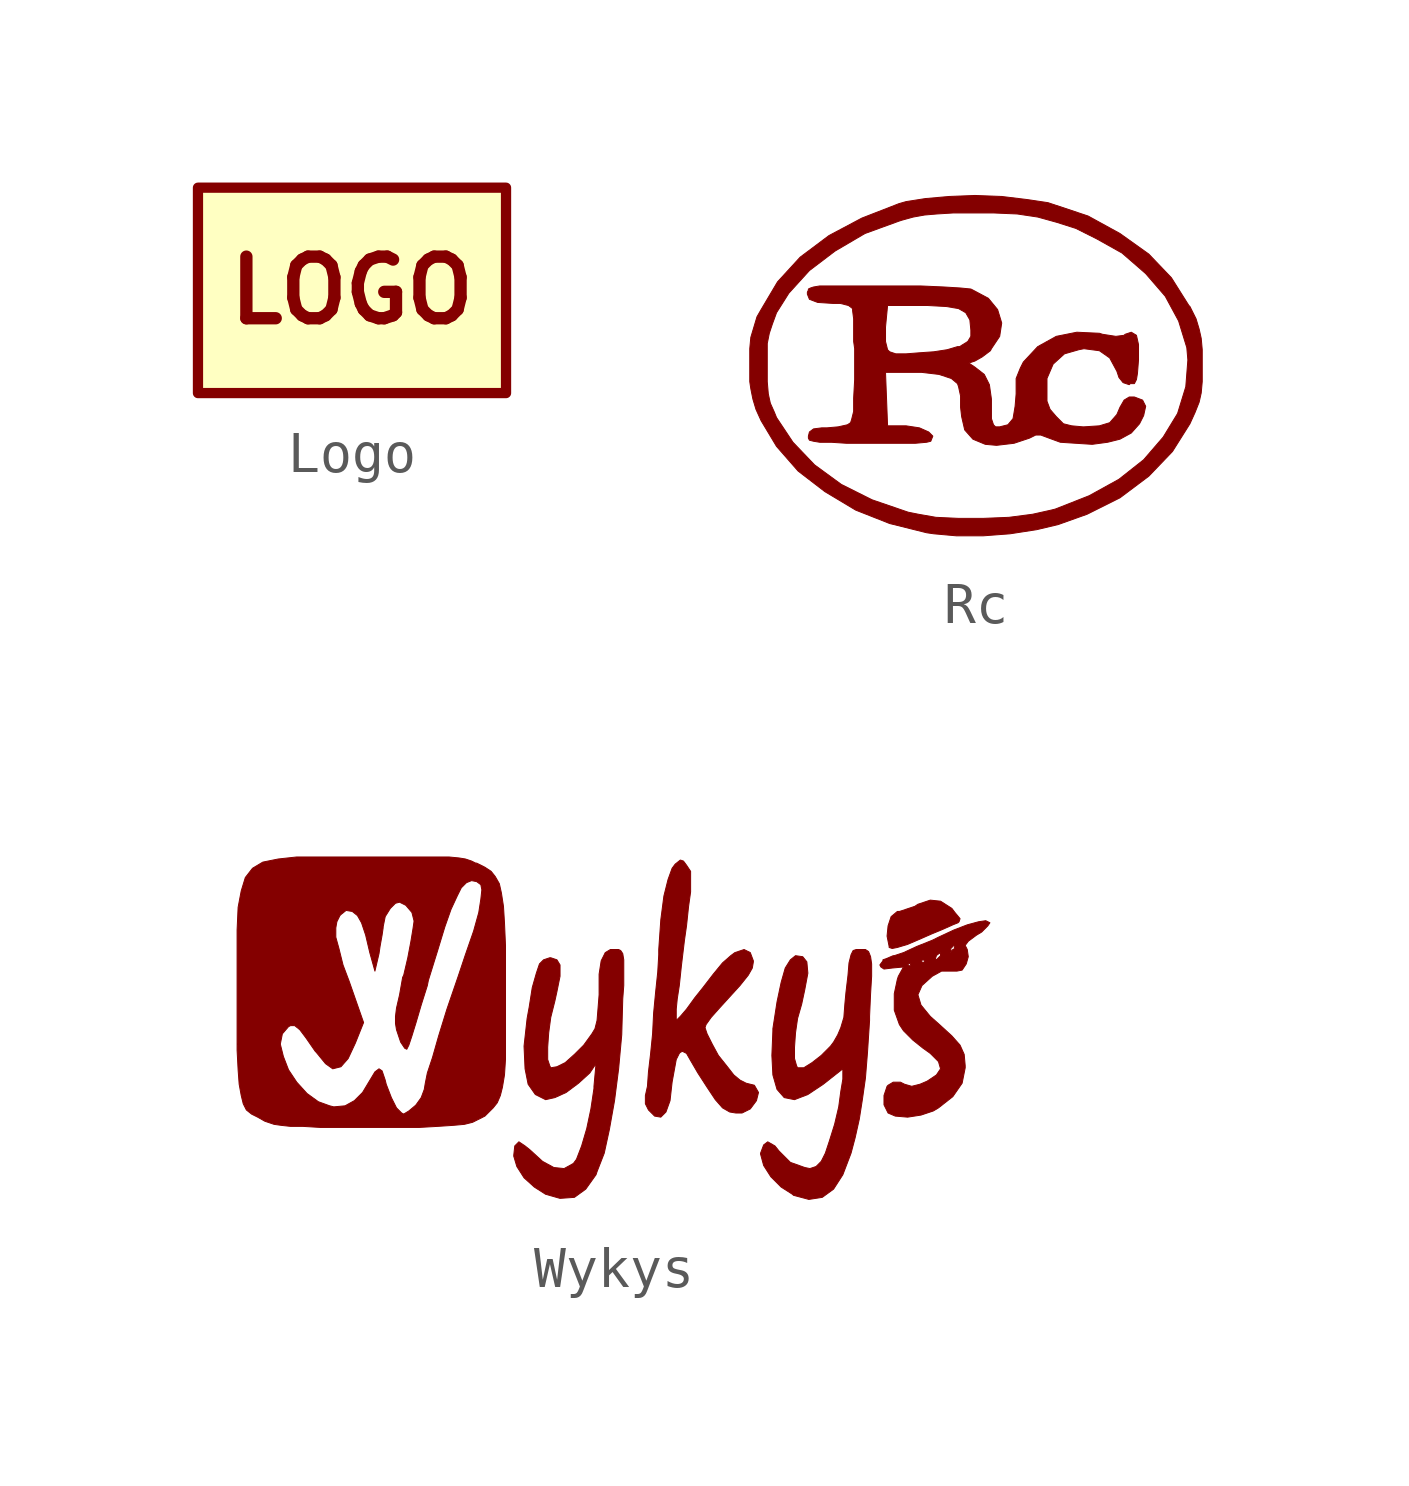
<source format=kicad_sym>
(kicad_symbol_lib
  (version 20201005)
  (generator kicad_symbol_editor)
  (symbol "KLIB_Logo:Logo"
    (pin_numbers hide)
    (pin_names
      (offset 0) hide)
    (property "Reference" "GR"
      (at 5.08 1.27 0)
      (effects (font (size 1.27 1.27)) (justify left) hide))
    (symbol "Logo_0_0"
      (text "LOGO" (at 0 0 0) (effects (font (size 1.524 1.524) bold)))
      (rectangle (start -3.81 -2.54) (end 3.81 2.54) (stroke (width 0.254)) (fill (type background)))))
  (symbol "KLIB_Logo:Rc"
    (property "Reference" "GR"
      (at 0 -3.454 0)
      (effects (font (size 1.27 1.27)) hide))
    (symbol "Rc_0_0"
      (polyline (pts (xy 0.864 -4.166) (xy 1.524 -4.064) (xy 2.057 -3.937) (xy 2.769 -3.683) (xy 3.581 -3.277) (xy 4.293 -2.743) (xy 4.877 -2.134) (xy 5.309 -1.448) (xy 5.436 -1.168) (xy 5.537 -0.914) (xy 5.588 -0.686) (xy 5.613 -0.406) (xy 5.613 0.381) (xy 5.588 0.66) (xy 5.537 0.889) (xy 5.461 1.143) (xy 5.309 1.448) (xy 5.283 1.473) (xy 4.851 2.159) (xy 4.293 2.743) (xy 3.581 3.251) (xy 2.794 3.683) (xy 1.803 4.013) (xy 1.295 4.089) (xy 0.66 4.166) (xy 0 4.191) (xy -0.635 4.166) (xy -1.219 4.115) (xy -1.702 4.039) (xy -1.88 3.988) (xy -2.794 3.632) (xy -3.607 3.2) (xy -4.318 2.667) (xy -4.877 2.057) (xy -5.283 1.372) (xy -5.385 1.194) (xy -5.537 0.686) (xy -5.563 0.406) (xy -5.563 -0.279) (xy -5.563 -0.406) (xy -5.131 -0.406) (xy -5.131 0.533) (xy -5.08 0.787) (xy -5.004 1.016) (xy -4.902 1.295) (xy -4.597 1.778) (xy -4.089 2.337) (xy -3.454 2.819) (xy -2.718 3.251) (xy -1.88 3.556) (xy -1.803 3.581) (xy -1.524 3.658) (xy -1.245 3.708) (xy -0.94 3.734) (xy -0.533 3.759) (xy 0.457 3.759) (xy 1.041 3.734) (xy 1.549 3.658) (xy 2.007 3.531) (xy 2.489 3.378) (xy 2.997 3.124) (xy 3.632 2.769) (xy 4.216 2.261) (xy 4.699 1.702) (xy 5.029 1.092) (xy 5.232 0.432) (xy 5.258 0.127) (xy 5.207 -0.533) (xy 5.004 -1.194) (xy 4.648 -1.778) (xy 4.166 -2.337) (xy 3.556 -2.819) (xy 2.819 -3.226) (xy 1.981 -3.556) (xy 1.88 -3.581) (xy 1.422 -3.683) (xy 0.838 -3.759) (xy 0.203 -3.785) (xy -0.406 -3.785) (xy -0.965 -3.759) (xy -1.397 -3.683) (xy -1.651 -3.632) (xy -2.54 -3.327) (xy -3.302 -2.946) (xy -3.962 -2.464) (xy -4.496 -1.905) (xy -4.902 -1.295) (xy -4.953 -1.168) (xy -5.055 -0.94) (xy -5.105 -0.711) (xy -5.131 -0.406) (xy -5.563 -0.406) (xy -5.537 -0.584) (xy -5.486 -0.838) (xy -5.41 -1.092) (xy -5.283 -1.372) (xy -4.902 -2.007) (xy -4.369 -2.616) (xy -3.708 -3.124) (xy -2.946 -3.581) (xy -2.108 -3.912) (xy -1.194 -4.14) (xy -1.016 -4.166) (xy -0.457 -4.216) (xy 0.203 -4.216) (xy 0.864 -4.166)) (stroke (width 0.025)) (fill (type outline)))
      (polyline (pts (xy 0.965 -1.93) (xy 1.346 -1.803) (xy 1.499 -1.727) (xy 1.626 -1.727) (xy 1.829 -1.803) (xy 2.108 -1.905) (xy 2.489 -1.93) (xy 2.896 -1.956) (xy 3.277 -1.905) (xy 3.581 -1.829) (xy 3.861 -1.676) (xy 4.064 -1.448) (xy 4.166 -1.245) (xy 4.216 -1.016) (xy 4.14 -0.864) (xy 3.937 -0.787) (xy 3.81 -0.787) (xy 3.683 -0.864) (xy 3.581 -1.041) (xy 3.505 -1.219) (xy 3.327 -1.422) (xy 3.073 -1.499) (xy 2.692 -1.524) (xy 2.667 -1.524) (xy 2.388 -1.499) (xy 2.184 -1.448) (xy 2.007 -1.27) (xy 1.854 -1.092) (xy 1.778 -0.889) (xy 1.778 -0.33) (xy 1.93 0.025) (xy 2.21 0.279) (xy 2.565 0.381) (xy 2.692 0.406) (xy 3.073 0.356) (xy 3.327 0.178) (xy 3.505 -0.152) (xy 3.556 -0.305) (xy 3.658 -0.432) (xy 3.81 -0.483) (xy 3.835 -0.457) (xy 3.937 -0.457) (xy 3.988 -0.356) (xy 4.013 -0.203) (xy 4.039 0.127) (xy 4.039 0.508) (xy 3.988 0.737) (xy 3.861 0.813) (xy 3.708 0.762) (xy 3.683 0.737) (xy 3.48 0.711) (xy 3.15 0.762) (xy 3.073 0.787) (xy 2.515 0.813) (xy 2.007 0.711) (xy 1.549 0.457) (xy 1.194 0.076) (xy 1.118 -0.076) (xy 1.016 -0.33) (xy 1.016 -0.711) (xy 0.991 -1.016) (xy 0.94 -1.321) (xy 0.813 -1.473) (xy 0.61 -1.524) (xy 0.508 -1.524) (xy 0.457 -1.473) (xy 0.406 -1.321) (xy 0.406 -0.838) (xy 0.356 -0.483) (xy 0.229 -0.229) (xy 0 -0.051) (xy -0.152 0.051) (xy 0 0.102) (xy 0.178 0.203) (xy 0.381 0.356) (xy 0.406 0.406) (xy 0.61 0.711) (xy 0.66 1.041) (xy 0.559 1.372) (xy 0.33 1.651) (xy -0.051 1.854) (xy -0.102 1.88) (xy -0.356 1.905) (xy -0.762 1.93) (xy -1.346 1.956) (xy -3.835 1.956) (xy -3.988 1.93) (xy -4.064 1.905) (xy -4.115 1.88) (xy -4.115 1.854) (xy -4.14 1.803) (xy -4.14 1.753) (xy -4.089 1.626) (xy -3.886 1.549) (xy -3.505 1.524) (xy -3.327 1.524) (xy -3.124 1.473) (xy -3.023 1.397) (xy -3.023 1.346) (xy -2.997 1.143) (xy -2.997 0.813) (xy -2.997 0.584) (xy -2.21 0.584) (xy -2.21 0.94) (xy -2.159 1.473) (xy -1.168 1.473) (xy -0.711 1.448) (xy -0.406 1.397) (xy -0.229 1.295) (xy -0.127 1.118) (xy -0.102 0.864) (xy -0.102 0.711) (xy -0.178 0.584) (xy -0.381 0.457) (xy -0.432 0.457) (xy -0.686 0.381) (xy -1.016 0.33) (xy -1.372 0.305) (xy -1.702 0.279) (xy -1.956 0.279) (xy -2.108 0.33) (xy -2.159 0.381) (xy -2.21 0.584) (xy -2.997 0.584) (xy -2.972 0.406) (xy -2.972 -0.356) (xy -2.997 -0.813) (xy -2.997 -1.143) (xy -3.048 -1.346) (xy -3.073 -1.422) (xy -3.15 -1.473) (xy -3.378 -1.524) (xy -3.658 -1.549) (xy -3.785 -1.549) (xy -3.988 -1.575) (xy -4.089 -1.651) (xy -4.115 -1.753) (xy -4.115 -1.803) (xy -4.089 -1.854) (xy -3.988 -1.88) (xy -3.835 -1.905) (xy -3.556 -1.905) (xy -3.175 -1.93) (xy -1.473 -1.93) (xy -1.194 -1.905) (xy -1.092 -1.88) (xy -1.041 -1.753) (xy -1.143 -1.651) (xy -1.372 -1.549) (xy -1.702 -1.499) (xy -2.159 -1.499) (xy -2.21 -0.178) (xy -1.321 -0.178) (xy -0.889 -0.229) (xy -0.584 -0.33) (xy -0.432 -0.457) (xy -0.406 -0.533) (xy -0.356 -0.762) (xy -0.356 -1.041) (xy -0.33 -1.27) (xy -0.254 -1.6) (xy -0.051 -1.829) (xy 0.254 -1.956) (xy 0.533 -1.981) (xy 0.965 -1.93)) (stroke (width 0.025)) (fill (type outline)))))
  (symbol "KLIB_Logo:Wykys"
    (property "Reference" "GR"
      (at 0 -3.454 0)
      (effects (font (size 1.27 1.27)) hide))
    (symbol "Wykys_0_0"
      (polyline (pts (xy 7.036 1.981) (xy 7.29 2.057) (xy 7.645 2.21) (xy 7.874 2.311) (xy 8.179 2.438) (xy 8.407 2.54) (xy 8.534 2.591) (xy 8.56 2.616) (xy 8.585 2.692) (xy 8.458 2.845) (xy 8.382 2.946) (xy 8.103 3.124) (xy 7.849 3.15) (xy 7.544 3.048) (xy 7.468 2.997) (xy 7.087 2.87) (xy 7.036 2.87) (xy 6.883 2.743) (xy 6.807 2.515) (xy 6.782 2.261) (xy 6.833 2.007) (xy 6.833 1.981) (xy 6.909 1.956) (xy 7.036 1.981)) (stroke (width 0.025)) (fill (type outline)))
      (polyline (pts (xy -0.94 -4.191) (xy -0.66 -3.988) (xy -0.406 -3.632) (xy -0.381 -3.556) (xy -0.203 -3.099) (xy -0.076 -2.515) (xy 0.051 -1.803) (xy 0.152 -1.016) (xy 0.229 -0.178) (xy 0.254 0.711) (xy 0.279 1.041) (xy 0.279 1.676) (xy 0.254 1.829) (xy 0.203 1.905) (xy 0.152 1.93) (xy -0.051 1.93) (xy -0.178 1.854) (xy -0.279 1.651) (xy -0.33 1.321) (xy -0.33 0.813) (xy -0.356 0.483) (xy -0.381 0.178) (xy -0.432 -0.025) (xy -0.508 -0.152) (xy -0.711 -0.432) (xy -0.94 -0.66) (xy -1.168 -0.864) (xy -1.372 -0.965) (xy -1.524 -0.991) (xy -1.549 -0.94) (xy -1.6 -0.787) (xy -1.6 -0.483) (xy -1.575 -0.127) (xy -1.524 0.254) (xy -1.422 0.66) (xy -1.372 0.889) (xy -1.295 1.27) (xy -1.295 1.549) (xy -1.372 1.676) (xy -1.524 1.727) (xy -1.549 1.727) (xy -1.702 1.676) (xy -1.803 1.575) (xy -1.88 1.346) (xy -1.981 0.991) (xy -2.057 0.508) (xy -2.108 0.229) (xy -2.184 -0.457) (xy -2.159 -1.016) (xy -2.083 -1.397) (xy -1.905 -1.651) (xy -1.651 -1.778) (xy -1.422 -1.727) (xy -1.143 -1.6) (xy -0.838 -1.372) (xy -0.559 -1.118) (xy -0.406 -0.889) (xy -0.457 -1.448) (xy -0.457 -1.499) (xy -0.533 -2.007) (xy -0.635 -2.489) (xy -0.762 -2.921) (xy -0.889 -3.251) (xy -0.965 -3.353) (xy -1.194 -3.48) (xy -1.448 -3.454) (xy -1.727 -3.302) (xy -2.032 -3.023) (xy -2.159 -2.921) (xy -2.311 -2.819) (xy -2.413 -2.921) (xy -2.438 -3.15) (xy -2.438 -3.175) (xy -2.362 -3.429) (xy -2.184 -3.708) (xy -1.93 -3.937) (xy -1.651 -4.115) (xy -1.295 -4.216) (xy -0.94 -4.191)) (stroke (width 0.025)) (fill (type outline)))
      (polyline (pts (xy 1.321 -2.083) (xy 1.422 -1.803) (xy 1.473 -1.346) (xy 1.575 -0.787) (xy 1.651 -0.635) (xy 1.676 -0.61) (xy 1.727 -0.584) (xy 1.829 -0.635) (xy 1.93 -0.813) (xy 2.108 -1.118) (xy 2.337 -1.473) (xy 2.54 -1.778) (xy 2.718 -1.981) (xy 2.896 -2.083) (xy 3.048 -2.108) (xy 3.2 -2.108) (xy 3.404 -2.007) (xy 3.556 -1.803) (xy 3.607 -1.6) (xy 3.505 -1.422) (xy 3.302 -1.372) (xy 3.15 -1.295) (xy 2.997 -1.168) (xy 2.819 -0.94) (xy 2.616 -0.686) (xy 2.464 -0.406) (xy 2.337 -0.152) (xy 2.286 0) (xy 2.311 0.076) (xy 2.438 0.254) (xy 2.642 0.483) (xy 3.15 1.041) (xy 3.353 1.295) (xy 3.454 1.473) (xy 3.48 1.626) (xy 3.48 1.651) (xy 3.404 1.854) (xy 3.251 1.93) (xy 3.023 1.854) (xy 2.921 1.778) (xy 2.718 1.6) (xy 2.489 1.321) (xy 2.235 0.991) (xy 2.032 0.737) (xy 1.829 0.457) (xy 1.676 0.279) (xy 1.6 0.203) (xy 1.575 0.203) (xy 1.575 0.457) (xy 1.6 0.711) (xy 1.651 1.041) (xy 1.702 1.524) (xy 1.778 2.159) (xy 1.829 2.515) (xy 1.88 2.997) (xy 1.93 3.353) (xy 1.93 3.861) (xy 1.829 4.013) (xy 1.753 4.115) (xy 1.676 4.14) (xy 1.549 4.039) (xy 1.473 3.937) (xy 1.372 3.658) (xy 1.27 3.251) (xy 1.194 2.667) (xy 1.143 1.93) (xy 1.143 1.803) (xy 1.118 1.372) (xy 1.067 0.889) (xy 1.016 0.356) (xy 0.991 -0.152) (xy 0.94 -0.66) (xy 0.889 -1.092) (xy 0.864 -1.448) (xy 0.813 -1.676) (xy 0.813 -1.88) (xy 0.889 -2.032) (xy 1.041 -2.184) (xy 1.194 -2.21) (xy 1.321 -2.083)) (stroke (width 0.025)) (fill (type outline)))
      (polyline (pts (xy 5.182 -4.191) (xy 5.461 -3.988) (xy 5.69 -3.632) (xy 5.893 -3.099) (xy 5.994 -2.718) (xy 6.096 -2.261) (xy 6.172 -1.778) (xy 6.248 -1.245) (xy 6.299 -0.61) (xy 6.35 0.178) (xy 6.35 0.279) (xy 6.375 0.838) (xy 6.401 1.27) (xy 6.401 1.575) (xy 6.375 1.753) (xy 6.325 1.88) (xy 6.248 1.93) (xy 6.02 1.93) (xy 5.944 1.905) (xy 5.893 1.803) (xy 5.842 1.6) (xy 5.817 1.295) (xy 5.766 0.864) (xy 5.74 0.584) (xy 5.715 0.254) (xy 5.639 0) (xy 5.563 -0.178) (xy 5.461 -0.356) (xy 5.385 -0.457) (xy 5.156 -0.686) (xy 4.928 -0.864) (xy 4.724 -0.991) (xy 4.572 -0.991) (xy 4.547 -0.94) (xy 4.496 -0.762) (xy 4.496 -0.483) (xy 4.521 -0.127) (xy 4.572 0.229) (xy 4.674 0.584) (xy 4.75 0.94) (xy 4.826 1.346) (xy 4.801 1.626) (xy 4.699 1.753) (xy 4.521 1.778) (xy 4.394 1.676) (xy 4.267 1.473) (xy 4.166 1.118) (xy 4.064 0.635) (xy 3.962 -0.025) (xy 3.962 -0.076) (xy 3.937 -0.686) (xy 3.962 -1.168) (xy 4.064 -1.524) (xy 4.242 -1.727) (xy 4.496 -1.778) (xy 4.826 -1.651) (xy 5.207 -1.397) (xy 5.69 -1.016) (xy 5.69 -1.27) (xy 5.639 -1.575) (xy 5.588 -1.956) (xy 5.486 -2.388) (xy 5.359 -2.794) (xy 5.258 -3.099) (xy 5.156 -3.302) (xy 5.029 -3.429) (xy 4.877 -3.48) (xy 4.75 -3.454) (xy 4.394 -3.327) (xy 4.115 -3.048) (xy 4.013 -2.921) (xy 3.835 -2.819) (xy 3.734 -2.896) (xy 3.658 -3.099) (xy 3.658 -3.124) (xy 3.734 -3.404) (xy 3.912 -3.683) (xy 4.166 -3.937) (xy 4.445 -4.115) (xy 4.47 -4.14) (xy 4.851 -4.242) (xy 5.182 -4.191)) (stroke (width 0.025)) (fill (type outline)))
      (polyline (pts (xy 7.62 -2.159) (xy 7.925 -2.057) (xy 8.052 -1.981) (xy 8.407 -1.702) (xy 8.636 -1.372) (xy 8.712 -0.991) (xy 8.712 -0.94) (xy 8.687 -0.66) (xy 8.585 -0.432) (xy 8.382 -0.203) (xy 8.077 0.076) (xy 7.849 0.279) (xy 7.62 0.559) (xy 7.544 0.813) (xy 7.645 1.041) (xy 7.899 1.27) (xy 8.128 1.397) (xy 8.509 1.397) (xy 8.636 1.422) (xy 8.738 1.575) (xy 8.788 1.753) (xy 8.763 1.93) (xy 8.712 2.032) (xy 8.788 2.134) (xy 8.992 2.286) (xy 9.119 2.362) (xy 9.271 2.515) (xy 9.322 2.591) (xy 9.22 2.642) (xy 9.042 2.616) (xy 8.763 2.54) (xy 8.433 2.413) (xy 8.052 2.235) (xy 7.899 2.159) (xy 7.518 2.007) (xy 7.188 1.854) (xy 6.96 1.778) (xy 6.934 1.778) (xy 6.756 1.702) (xy 7.976 1.702) (xy 8.001 1.778) (xy 8.026 1.803) (xy 8.103 1.854) (xy 8.331 1.854) (xy 8.357 1.93) (xy 8.357 1.956) (xy 8.433 2.032) (xy 8.458 2.032) (xy 8.433 1.93) (xy 8.407 1.93) (xy 8.331 1.854) (xy 8.103 1.854) (xy 8.103 1.778) (xy 8.001 1.676) (xy 7.976 1.702) (xy 6.756 1.702) (xy 6.68 1.676) (xy 6.68 1.651) (xy 7.62 1.651) (xy 7.671 1.676) (xy 7.722 1.651) (xy 7.671 1.6) (xy 7.62 1.651) (xy 6.68 1.651) (xy 6.604 1.549) (xy 7.29 1.549) (xy 7.341 1.6) (xy 7.366 1.549) (xy 7.341 1.524) (xy 7.29 1.549) (xy 6.604 1.549) (xy 6.629 1.499) (xy 6.706 1.448) (xy 6.909 1.473) (xy 7.188 1.499) (xy 7.061 1.27) (xy 7.036 1.194) (xy 6.96 0.838) (xy 6.96 0.432) (xy 7.087 0.076) (xy 7.188 -0.076) (xy 7.417 -0.305) (xy 7.671 -0.508) (xy 7.849 -0.635) (xy 8.052 -0.838) (xy 8.103 -1.016) (xy 8.001 -1.168) (xy 7.772 -1.321) (xy 7.595 -1.397) (xy 7.391 -1.448) (xy 7.214 -1.397) (xy 7.112 -1.346) (xy 6.934 -1.346) (xy 6.807 -1.422) (xy 6.782 -1.448) (xy 6.706 -1.676) (xy 6.706 -1.905) (xy 6.807 -2.108) (xy 6.985 -2.184) (xy 7.29 -2.21) (xy 7.62 -2.159)) (stroke (width 0.025)) (fill (type outline)))
      (polyline (pts (xy -4.318 -2.438) (xy -3.937 -2.413) (xy -3.658 -2.388) (xy -3.454 -2.337) (xy -3.15 -2.184) (xy -2.946 -1.981) (xy -2.845 -1.854) (xy -2.769 -1.676) (xy -2.718 -1.473) (xy -2.667 -1.168) (xy -2.642 -0.787) (xy -2.642 2.032) (xy -2.667 2.591) (xy -2.692 2.997) (xy -2.743 3.327) (xy -2.794 3.556) (xy -2.896 3.734) (xy -2.997 3.861) (xy -3.15 3.962) (xy -3.353 4.064) (xy -3.378 4.064) (xy -3.48 4.115) (xy -3.632 4.166) (xy -3.785 4.191) (xy -4.039 4.216) (xy -7.798 4.216) (xy -8.255 4.166) (xy -8.636 4.089) (xy -8.89 3.937) (xy -9.068 3.708) (xy -9.169 3.378) (xy -9.246 2.972) (xy -9.271 2.413) (xy -9.271 -0.406) (xy -8.204 -0.406) (xy -8.153 -0.152) (xy -8.001 0.025) (xy -7.95 0.051) (xy -7.849 0.051) (xy -7.722 -0.051) (xy -7.569 -0.254) (xy -7.341 -0.584) (xy -7.315 -0.61) (xy -7.087 -0.889) (xy -6.909 -1.016) (xy -6.706 -0.965) (xy -6.528 -0.762) (xy -6.35 -0.381) (xy -6.147 0.127) (xy -6.502 1.143) (xy -6.655 1.549) (xy -6.756 1.956) (xy -6.833 2.235) (xy -6.833 2.464) (xy -6.807 2.616) (xy -6.731 2.769) (xy -6.706 2.794) (xy -6.579 2.896) (xy -6.426 2.87) (xy -6.299 2.769) (xy -6.198 2.591) (xy -6.096 2.286) (xy -5.994 1.854) (xy -5.867 1.397) (xy -5.766 1.829) (xy -5.74 2.007) (xy -5.69 2.286) (xy -5.664 2.464) (xy -5.664 2.489) (xy -5.613 2.743) (xy -5.486 2.946) (xy -5.359 3.073) (xy -5.258 3.099) (xy -5.105 3.023) (xy -4.953 2.845) (xy -4.902 2.642) (xy -4.902 2.616) (xy -4.928 2.438) (xy -4.978 2.134) (xy -5.055 1.727) (xy -5.156 1.295) (xy -5.182 1.245) (xy -5.258 0.813) (xy -5.334 0.483) (xy -5.359 0.279) (xy -5.359 0.102) (xy -5.334 -0.051) (xy -5.232 -0.356) (xy -5.131 -0.508) (xy -5.08 -0.533) (xy -5.029 -0.432) (xy -4.953 -0.203) (xy -4.851 0.127) (xy -4.724 0.559) (xy -4.572 1.041) (xy -4.547 1.168) (xy -4.318 1.905) (xy -4.14 2.489) (xy -3.988 2.921) (xy -3.835 3.251) (xy -3.734 3.454) (xy -3.607 3.581) (xy -3.48 3.632) (xy -3.353 3.607) (xy -3.251 3.531) (xy -3.226 3.404) (xy -3.251 3.175) (xy -3.302 2.845) (xy -3.429 2.388) (xy -3.632 1.803) (xy -3.81 1.27) (xy -4.089 0.457) (xy -4.293 -0.203) (xy -4.445 -0.737) (xy -4.572 -1.118) (xy -4.623 -1.372) (xy -4.648 -1.524) (xy -4.724 -1.727) (xy -4.851 -1.905) (xy -4.877 -1.93) (xy -5.029 -2.057) (xy -5.156 -2.134) (xy -5.207 -2.108) (xy -5.334 -1.981) (xy -5.461 -1.727) (xy -5.588 -1.397) (xy -5.613 -1.295) (xy -5.69 -1.067) (xy -5.766 -1.016) (xy -5.867 -1.092) (xy -6.172 -1.6) (xy -6.375 -1.803) (xy -6.604 -1.93) (xy -6.883 -1.956) (xy -6.985 -1.93) (xy -7.264 -1.829) (xy -7.544 -1.626) (xy -7.798 -1.346) (xy -8.001 -1.041) (xy -8.128 -0.711) (xy -8.204 -0.406) (xy -9.271 -0.406) (xy -9.271 -0.559) (xy -9.246 -1.041) (xy -9.22 -1.397) (xy -9.169 -1.676) (xy -9.119 -1.88) (xy -9.042 -2.032) (xy -8.915 -2.134) (xy -8.763 -2.21) (xy -8.585 -2.311) (xy -8.357 -2.388) (xy -8.179 -2.413) (xy -7.95 -2.438) (xy -7.645 -2.438) (xy -7.214 -2.464) (xy -4.775 -2.464) (xy -4.318 -2.438)) (stroke (width 0.025)) (fill (type outline))))))
</source>
